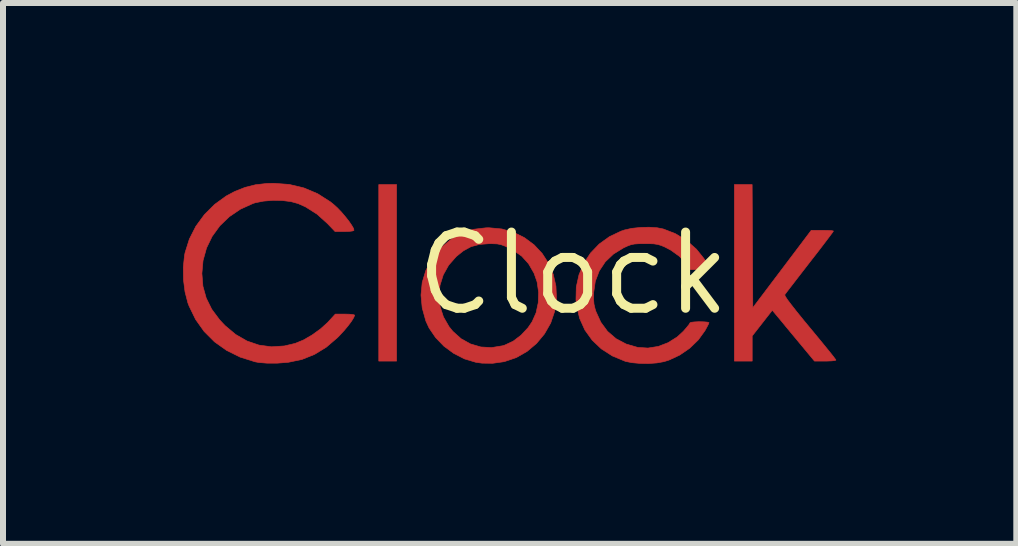
<source format=kicad_pcb>
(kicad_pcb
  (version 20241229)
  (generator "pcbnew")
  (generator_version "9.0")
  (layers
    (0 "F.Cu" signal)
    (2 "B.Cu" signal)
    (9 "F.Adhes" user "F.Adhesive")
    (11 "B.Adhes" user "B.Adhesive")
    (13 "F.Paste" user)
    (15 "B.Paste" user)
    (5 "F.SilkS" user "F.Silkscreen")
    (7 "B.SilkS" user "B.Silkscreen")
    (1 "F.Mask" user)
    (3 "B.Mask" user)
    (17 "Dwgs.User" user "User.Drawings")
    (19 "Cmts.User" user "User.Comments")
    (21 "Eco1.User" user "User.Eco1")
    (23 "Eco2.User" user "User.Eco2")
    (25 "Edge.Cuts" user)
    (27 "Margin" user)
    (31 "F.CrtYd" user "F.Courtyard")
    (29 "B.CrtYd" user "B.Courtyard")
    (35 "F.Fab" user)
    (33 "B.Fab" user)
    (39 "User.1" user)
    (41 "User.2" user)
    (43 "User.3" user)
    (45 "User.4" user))
  (footprint "Clock"
    (layer "F.Cu")
    (at 6.502 1.508)
    (property "Reference" "Clock" (at 0 0 0) (layer "F.SilkS") (effects (font (size 1.27 1.27) (thickness 0.15))))
    (attr through_hole)
    (fp_poly (pts (xy -2.942 1.46) (xy -3.239 1.46) (xy -3.239 -1.482) (xy -2.942 -1.482) (xy -2.942 1.46)) (stroke (width 0.01) (type solid)) (fill yes) (layer "F.Cu"))
    (fp_poly (pts (xy 2.99 -0.455) (xy 2.995 0.571) (xy 3.482 -0.074) (xy 3.969 -0.719) (xy 4.154 -0.719) (xy 4.237 -0.718) (xy 4.3 -0.715) (xy 4.335 -0.709) (xy 4.339 -0.707) (xy 4.327 -0.688) (xy 4.291 -0.639) (xy 4.236 -0.566) (xy 4.164 -0.471) (xy 4.079 -0.36) (xy 3.983 -0.237) (xy 3.941 -0.183) (xy 3.842 -0.055) (xy 3.75 0.064) (xy 3.67 0.168) (xy 3.604 0.253) (xy 3.557 0.315) (xy 3.531 0.35) (xy 3.527 0.355) (xy 3.536 0.38) (xy 3.572 0.436) (xy 3.637 0.522) (xy 3.729 0.639) (xy 3.848 0.786) (xy 3.946 0.904) (xy 4.052 1.032) (xy 4.148 1.149) (xy 4.232 1.252) (xy 4.301 1.337) (xy 4.35 1.4) (xy 4.377 1.436) (xy 4.381 1.444) (xy 4.362 1.451) (xy 4.31 1.457) (xy 4.235 1.46) (xy 4.202 1.46) (xy 4.023 1.46) (xy 3.817 1.212) (xy 3.729 1.106) (xy 3.636 0.994) (xy 3.548 0.888) (xy 3.476 0.8) (xy 3.466 0.788) (xy 3.32 0.613) (xy 2.985 1.042) (xy 2.985 1.46) (xy 2.688 1.46) (xy 2.688 -1.482) (xy 2.984 -1.482) (xy 2.99 -0.455)) (stroke (width 0.01) (type solid)) (fill yes) (layer "F.Cu"))
    (fp_poly (pts (xy -1.188 -0.742) (xy -0.99 -0.686) (xy -0.81 -0.596) (xy -0.651 -0.478) (xy -0.516 -0.334) (xy -0.409 -0.169) (xy -0.331 0.014) (xy -0.286 0.211) (xy -0.277 0.418) (xy -0.307 0.63) (xy -0.374 0.827) (xy -0.477 1.007) (xy -0.61 1.167) (xy -0.768 1.3) (xy -0.947 1.402) (xy -1.142 1.468) (xy -1.162 1.472) (xy -1.34 1.497) (xy -1.517 1.495) (xy -1.619 1.481) (xy -1.81 1.424) (xy -1.99 1.332) (xy -2.153 1.212) (xy -2.292 1.068) (xy -2.401 0.908) (xy -2.454 0.793) (xy -2.515 0.574) (xy -2.534 0.373) (xy -2.236 0.373) (xy -2.217 0.551) (xy -2.161 0.724) (xy -2.068 0.886) (xy -2.005 0.964) (xy -1.866 1.088) (xy -1.709 1.175) (xy -1.538 1.225) (xy -1.358 1.235) (xy -1.175 1.205) (xy -1.137 1.193) (xy -1 1.129) (xy -0.869 1.03) (xy -0.751 0.904) (xy -0.683 0.804) (xy -0.617 0.656) (xy -0.581 0.488) (xy -0.575 0.313) (xy -0.6 0.141) (xy -0.651 -0.004) (xy -0.743 -0.163) (xy -0.856 -0.288) (xy -0.998 -0.388) (xy -1.053 -0.418) (xy -1.138 -0.457) (xy -1.203 -0.481) (xy -1.266 -0.493) (xy -1.346 -0.496) (xy -1.396 -0.497) (xy -1.561 -0.484) (xy -1.701 -0.447) (xy -1.828 -0.378) (xy -1.948 -0.282) (xy -2.074 -0.138) (xy -2.164 0.023) (xy -2.218 0.195) (xy -2.236 0.373) (xy -2.534 0.373) (xy -2.535 0.358) (xy -2.515 0.149) (xy -2.454 -0.051) (xy -2.355 -0.239) (xy -2.217 -0.412) (xy -2.197 -0.432) (xy -2.03 -0.573) (xy -1.854 -0.673) (xy -1.662 -0.736) (xy -1.451 -0.761) (xy -1.401 -0.762) (xy -1.188 -0.742)) (stroke (width 0.01) (type solid)) (fill yes) (layer "F.Cu"))
    (fp_poly (pts (xy 1.401 -0.762) (xy 1.502 -0.742) (xy 1.704 -0.664) (xy 1.891 -0.55) (xy 2.055 -0.405) (xy 2.179 -0.251) (xy 2.232 -0.169) (xy 2.258 -0.115) (xy 2.255 -0.083) (xy 2.222 -0.068) (xy 2.154 -0.064) (xy 2.11 -0.064) (xy 1.955 -0.064) (xy 1.887 -0.157) (xy 1.774 -0.284) (xy 1.628 -0.389) (xy 1.531 -0.44) (xy 1.467 -0.467) (xy 1.409 -0.484) (xy 1.344 -0.494) (xy 1.258 -0.497) (xy 1.196 -0.497) (xy 1.095 -0.496) (xy 1.022 -0.491) (xy 0.964 -0.479) (xy 0.907 -0.458) (xy 0.842 -0.428) (xy 0.673 -0.324) (xy 0.537 -0.195) (xy 0.436 -0.043) (xy 0.37 0.13) (xy 0.343 0.317) (xy 0.341 0.425) (xy 0.348 0.511) (xy 0.367 0.592) (xy 0.38 0.633) (xy 0.462 0.813) (xy 0.574 0.965) (xy 0.716 1.087) (xy 0.884 1.176) (xy 1.076 1.232) (xy 1.078 1.232) (xy 1.248 1.243) (xy 1.419 1.216) (xy 1.584 1.153) (xy 1.735 1.058) (xy 1.838 0.963) (xy 1.89 0.903) (xy 1.929 0.855) (xy 1.947 0.826) (xy 1.947 0.824) (xy 1.967 0.814) (xy 2.018 0.808) (xy 2.091 0.804) (xy 2.106 0.804) (xy 2.182 0.806) (xy 2.238 0.811) (xy 2.264 0.819) (xy 2.265 0.82) (xy 2.255 0.846) (xy 2.229 0.896) (xy 2.198 0.953) (xy 2.086 1.108) (xy 1.943 1.246) (xy 1.777 1.36) (xy 1.597 1.444) (xy 1.513 1.47) (xy 1.396 1.491) (xy 1.258 1.501) (xy 1.115 1.499) (xy 0.981 1.487) (xy 0.872 1.465) (xy 0.867 1.463) (xy 0.655 1.375) (xy 0.471 1.257) (xy 0.318 1.112) (xy 0.196 0.942) (xy 0.109 0.749) (xy 0.058 0.536) (xy 0.048 0.44) (xy 0.053 0.226) (xy 0.098 0.022) (xy 0.178 -0.169) (xy 0.291 -0.341) (xy 0.435 -0.491) (xy 0.606 -0.614) (xy 0.8 -0.706) (xy 0.856 -0.725) (xy 0.977 -0.752) (xy 1.119 -0.767) (xy 1.265 -0.771) (xy 1.401 -0.762)) (stroke (width 0.01) (type solid)) (fill yes) (layer "F.Cu"))
    (fp_poly (pts (xy -4.731 -1.484) (xy -4.487 -1.426) (xy -4.259 -1.33) (xy -4.047 -1.195) (xy -3.992 -1.151) (xy -3.929 -1.094) (xy -3.861 -1.023) (xy -3.795 -0.945) (xy -3.735 -0.869) (xy -3.688 -0.8) (xy -3.658 -0.748) (xy -3.653 -0.718) (xy -3.653 -0.717) (xy -3.678 -0.708) (xy -3.734 -0.701) (xy -3.809 -0.699) (xy -3.816 -0.699) (xy -3.967 -0.699) (xy -4.095 -0.833) (xy -4.27 -0.99) (xy -4.46 -1.11) (xy -4.583 -1.165) (xy -4.703 -1.198) (xy -4.848 -1.216) (xy -5.005 -1.219) (xy -5.159 -1.206) (xy -5.296 -1.179) (xy -5.334 -1.167) (xy -5.544 -1.072) (xy -5.73 -0.946) (xy -5.888 -0.794) (xy -6.016 -0.618) (xy -6.11 -0.424) (xy -6.168 -0.215) (xy -6.187 0) (xy -6.17 0.213) (xy -6.115 0.41) (xy -6.023 0.596) (xy -5.891 0.773) (xy -5.802 0.868) (xy -5.624 1.017) (xy -5.435 1.126) (xy -5.235 1.194) (xy -5.027 1.222) (xy -4.812 1.208) (xy -4.631 1.165) (xy -4.495 1.109) (xy -4.351 1.026) (xy -4.211 0.925) (xy -4.089 0.815) (xy -4.071 0.795) (xy -3.963 0.677) (xy -3.802 0.677) (xy -3.725 0.679) (xy -3.668 0.685) (xy -3.642 0.693) (xy -3.641 0.695) (xy -3.655 0.733) (xy -3.692 0.794) (xy -3.748 0.869) (xy -3.816 0.951) (xy -3.891 1.032) (xy -3.927 1.069) (xy -4.114 1.229) (xy -4.31 1.349) (xy -4.519 1.433) (xy -4.749 1.481) (xy -4.932 1.495) (xy -5.1 1.495) (xy -5.237 1.484) (xy -5.302 1.472) (xy -5.55 1.394) (xy -5.776 1.282) (xy -5.977 1.139) (xy -6.15 0.966) (xy -6.292 0.766) (xy -6.401 0.542) (xy -6.421 0.489) (xy -6.468 0.307) (xy -6.494 0.105) (xy -6.497 -0.102) (xy -6.477 -0.298) (xy -6.467 -0.348) (xy -6.396 -0.573) (xy -6.288 -0.786) (xy -6.146 -0.98) (xy -5.976 -1.15) (xy -5.782 -1.291) (xy -5.641 -1.366) (xy -5.465 -1.436) (xy -5.292 -1.479) (xy -5.106 -1.5) (xy -4.992 -1.503) (xy -4.731 -1.484)) (stroke (width 0.01) (type solid)) (fill yes) (layer "F.Cu"))
    (fp_poly (pts (xy -2.942 1.46) (xy -3.239 1.46) (xy -3.239 -1.482) (xy -2.942 -1.482) (xy -2.942 1.46)) (stroke (width 0.01) (type solid)) (fill yes) (layer "F.Mask"))
    (fp_poly (pts (xy 2.99 -0.455) (xy 2.995 0.571) (xy 3.482 -0.074) (xy 3.969 -0.719) (xy 4.154 -0.719) (xy 4.237 -0.718) (xy 4.3 -0.715) (xy 4.335 -0.709) (xy 4.339 -0.707) (xy 4.327 -0.688) (xy 4.291 -0.639) (xy 4.236 -0.566) (xy 4.164 -0.471) (xy 4.079 -0.36) (xy 3.983 -0.237) (xy 3.941 -0.183) (xy 3.842 -0.055) (xy 3.75 0.064) (xy 3.67 0.168) (xy 3.604 0.253) (xy 3.557 0.315) (xy 3.531 0.35) (xy 3.527 0.355) (xy 3.536 0.38) (xy 3.572 0.436) (xy 3.637 0.522) (xy 3.729 0.639) (xy 3.848 0.786) (xy 3.946 0.904) (xy 4.052 1.032) (xy 4.148 1.149) (xy 4.232 1.252) (xy 4.301 1.337) (xy 4.35 1.4) (xy 4.377 1.436) (xy 4.381 1.444) (xy 4.362 1.451) (xy 4.31 1.457) (xy 4.235 1.46) (xy 4.202 1.46) (xy 4.023 1.46) (xy 3.817 1.212) (xy 3.729 1.106) (xy 3.636 0.994) (xy 3.548 0.888) (xy 3.476 0.8) (xy 3.466 0.788) (xy 3.32 0.613) (xy 2.985 1.042) (xy 2.985 1.46) (xy 2.688 1.46) (xy 2.688 -1.482) (xy 2.984 -1.482) (xy 2.99 -0.455)) (stroke (width 0.01) (type solid)) (fill yes) (layer "F.Mask"))
    (fp_poly (pts (xy -1.188 -0.742) (xy -0.99 -0.686) (xy -0.81 -0.596) (xy -0.651 -0.478) (xy -0.516 -0.334) (xy -0.409 -0.169) (xy -0.331 0.014) (xy -0.286 0.211) (xy -0.277 0.418) (xy -0.307 0.63) (xy -0.374 0.827) (xy -0.477 1.007) (xy -0.61 1.167) (xy -0.768 1.3) (xy -0.947 1.402) (xy -1.142 1.468) (xy -1.162 1.472) (xy -1.34 1.497) (xy -1.517 1.495) (xy -1.619 1.481) (xy -1.81 1.424) (xy -1.99 1.332) (xy -2.153 1.212) (xy -2.292 1.068) (xy -2.401 0.908) (xy -2.454 0.793) (xy -2.515 0.574) (xy -2.534 0.373) (xy -2.236 0.373) (xy -2.217 0.551) (xy -2.161 0.724) (xy -2.068 0.886) (xy -2.005 0.964) (xy -1.866 1.088) (xy -1.709 1.175) (xy -1.538 1.225) (xy -1.358 1.235) (xy -1.175 1.205) (xy -1.137 1.193) (xy -1 1.129) (xy -0.869 1.03) (xy -0.751 0.904) (xy -0.683 0.804) (xy -0.617 0.656) (xy -0.581 0.488) (xy -0.575 0.313) (xy -0.6 0.141) (xy -0.651 -0.004) (xy -0.743 -0.163) (xy -0.856 -0.288) (xy -0.998 -0.388) (xy -1.053 -0.418) (xy -1.138 -0.457) (xy -1.203 -0.481) (xy -1.266 -0.493) (xy -1.346 -0.496) (xy -1.396 -0.497) (xy -1.561 -0.484) (xy -1.701 -0.447) (xy -1.828 -0.378) (xy -1.948 -0.282) (xy -2.074 -0.138) (xy -2.164 0.023) (xy -2.218 0.195) (xy -2.236 0.373) (xy -2.534 0.373) (xy -2.535 0.358) (xy -2.515 0.149) (xy -2.454 -0.051) (xy -2.355 -0.239) (xy -2.217 -0.412) (xy -2.197 -0.432) (xy -2.03 -0.573) (xy -1.854 -0.673) (xy -1.662 -0.736) (xy -1.451 -0.761) (xy -1.401 -0.762) (xy -1.188 -0.742)) (stroke (width 0.01) (type solid)) (fill yes) (layer "F.Mask"))
    (fp_poly (pts (xy 1.401 -0.762) (xy 1.502 -0.742) (xy 1.704 -0.664) (xy 1.891 -0.55) (xy 2.055 -0.405) (xy 2.179 -0.251) (xy 2.232 -0.169) (xy 2.258 -0.115) (xy 2.255 -0.083) (xy 2.222 -0.068) (xy 2.154 -0.064) (xy 2.11 -0.064) (xy 1.955 -0.064) (xy 1.887 -0.157) (xy 1.774 -0.284) (xy 1.628 -0.389) (xy 1.531 -0.44) (xy 1.467 -0.467) (xy 1.409 -0.484) (xy 1.344 -0.494) (xy 1.258 -0.497) (xy 1.196 -0.497) (xy 1.095 -0.496) (xy 1.022 -0.491) (xy 0.964 -0.479) (xy 0.907 -0.458) (xy 0.842 -0.428) (xy 0.673 -0.324) (xy 0.537 -0.195) (xy 0.436 -0.043) (xy 0.37 0.13) (xy 0.343 0.317) (xy 0.341 0.425) (xy 0.348 0.511) (xy 0.367 0.592) (xy 0.38 0.633) (xy 0.462 0.813) (xy 0.574 0.965) (xy 0.716 1.087) (xy 0.884 1.176) (xy 1.076 1.232) (xy 1.078 1.232) (xy 1.248 1.243) (xy 1.419 1.216) (xy 1.584 1.153) (xy 1.735 1.058) (xy 1.838 0.963) (xy 1.89 0.903) (xy 1.929 0.855) (xy 1.947 0.826) (xy 1.947 0.824) (xy 1.967 0.814) (xy 2.018 0.808) (xy 2.091 0.804) (xy 2.106 0.804) (xy 2.182 0.806) (xy 2.238 0.811) (xy 2.264 0.819) (xy 2.265 0.82) (xy 2.255 0.846) (xy 2.229 0.896) (xy 2.198 0.953) (xy 2.086 1.108) (xy 1.943 1.246) (xy 1.777 1.36) (xy 1.597 1.444) (xy 1.513 1.47) (xy 1.396 1.491) (xy 1.258 1.501) (xy 1.115 1.499) (xy 0.981 1.487) (xy 0.872 1.465) (xy 0.867 1.463) (xy 0.655 1.375) (xy 0.471 1.257) (xy 0.318 1.112) (xy 0.196 0.942) (xy 0.109 0.749) (xy 0.058 0.536) (xy 0.048 0.44) (xy 0.053 0.226) (xy 0.098 0.022) (xy 0.178 -0.169) (xy 0.291 -0.341) (xy 0.435 -0.491) (xy 0.606 -0.614) (xy 0.8 -0.706) (xy 0.856 -0.725) (xy 0.977 -0.752) (xy 1.119 -0.767) (xy 1.265 -0.771) (xy 1.401 -0.762)) (stroke (width 0.01) (type solid)) (fill yes) (layer "F.Mask"))
    (fp_poly (pts (xy -4.731 -1.484) (xy -4.487 -1.426) (xy -4.259 -1.33) (xy -4.047 -1.195) (xy -3.992 -1.151) (xy -3.929 -1.094) (xy -3.861 -1.023) (xy -3.795 -0.945) (xy -3.735 -0.869) (xy -3.688 -0.8) (xy -3.658 -0.748) (xy -3.653 -0.718) (xy -3.653 -0.717) (xy -3.678 -0.708) (xy -3.734 -0.701) (xy -3.809 -0.699) (xy -3.816 -0.699) (xy -3.967 -0.699) (xy -4.095 -0.833) (xy -4.27 -0.99) (xy -4.46 -1.11) (xy -4.583 -1.165) (xy -4.703 -1.198) (xy -4.848 -1.216) (xy -5.005 -1.219) (xy -5.159 -1.206) (xy -5.296 -1.179) (xy -5.334 -1.167) (xy -5.544 -1.072) (xy -5.73 -0.946) (xy -5.888 -0.794) (xy -6.016 -0.618) (xy -6.11 -0.424) (xy -6.168 -0.215) (xy -6.187 0) (xy -6.17 0.213) (xy -6.115 0.41) (xy -6.023 0.596) (xy -5.891 0.773) (xy -5.802 0.868) (xy -5.624 1.017) (xy -5.435 1.126) (xy -5.235 1.194) (xy -5.027 1.222) (xy -4.812 1.208) (xy -4.631 1.165) (xy -4.495 1.109) (xy -4.351 1.026) (xy -4.211 0.925) (xy -4.089 0.815) (xy -4.071 0.795) (xy -3.963 0.677) (xy -3.802 0.677) (xy -3.725 0.679) (xy -3.668 0.685) (xy -3.642 0.693) (xy -3.641 0.695) (xy -3.655 0.733) (xy -3.692 0.794) (xy -3.748 0.869) (xy -3.816 0.951) (xy -3.891 1.032) (xy -3.927 1.069) (xy -4.114 1.229) (xy -4.31 1.349) (xy -4.519 1.433) (xy -4.749 1.481) (xy -4.932 1.495) (xy -5.1 1.495) (xy -5.237 1.484) (xy -5.302 1.472) (xy -5.55 1.394) (xy -5.776 1.282) (xy -5.977 1.139) (xy -6.15 0.966) (xy -6.292 0.766) (xy -6.401 0.542) (xy -6.421 0.489) (xy -6.468 0.307) (xy -6.494 0.105) (xy -6.497 -0.102) (xy -6.477 -0.298) (xy -6.467 -0.348) (xy -6.396 -0.573) (xy -6.288 -0.786) (xy -6.146 -0.98) (xy -5.976 -1.15) (xy -5.782 -1.291) (xy -5.641 -1.366) (xy -5.465 -1.436) (xy -5.292 -1.479) (xy -5.106 -1.5) (xy -4.992 -1.503) (xy -4.731 -1.484)) (stroke (width 0.01) (type solid)) (fill yes) (layer "F.Mask")))
  (gr_rect
    (start -3 -3)
    (end 13.889 6.014)
    (stroke (width 0.1) (type default))
    (fill no)
    (layer "Edge.Cuts")))
</source>
